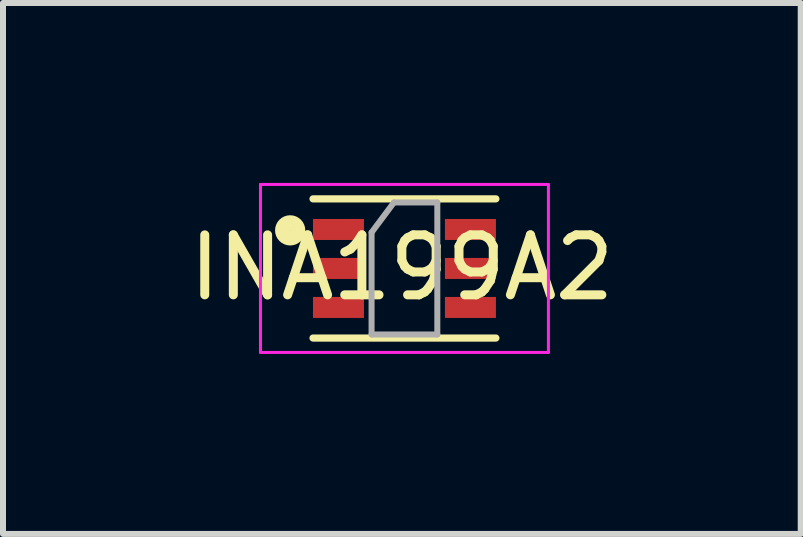
<source format=kicad_pcb>
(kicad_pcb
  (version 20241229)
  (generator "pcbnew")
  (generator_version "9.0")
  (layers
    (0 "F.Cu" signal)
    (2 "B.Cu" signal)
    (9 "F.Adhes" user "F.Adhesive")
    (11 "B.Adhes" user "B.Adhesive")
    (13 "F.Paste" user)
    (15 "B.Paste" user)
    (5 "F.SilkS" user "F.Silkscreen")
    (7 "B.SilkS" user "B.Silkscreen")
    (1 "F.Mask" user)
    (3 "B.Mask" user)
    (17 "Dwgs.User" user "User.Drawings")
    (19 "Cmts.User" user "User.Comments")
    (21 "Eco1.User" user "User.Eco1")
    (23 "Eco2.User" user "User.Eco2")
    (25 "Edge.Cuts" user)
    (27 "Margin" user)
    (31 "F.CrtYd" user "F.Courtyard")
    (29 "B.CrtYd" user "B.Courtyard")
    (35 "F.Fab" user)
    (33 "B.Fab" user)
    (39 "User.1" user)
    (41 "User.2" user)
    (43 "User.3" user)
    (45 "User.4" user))
  (footprint "INA199A2"
    (layer "F.Cu")
    (at 3.692 1.425)
    (property "Reference" "INA199A2" (at -0.043 -0.015 0) (layer "F.SilkS") (effects (font (size 1 1) (thickness 0.15))))
    (attr smd)
    (fp_line (start -1.524 1.16) (end 1.524 1.16) (stroke (width 0.12) (type solid)) (layer "F.SilkS"))
    (fp_line (start 1.524 -1.16) (end -1.524 -1.16) (stroke (width 0.12) (type solid)) (layer "F.SilkS"))
    (fp_circle (center -1.905 -0.635) (end -1.778 -0.635) (stroke (width 0.25) (type solid)) (fill no) (layer "F.SilkS"))
    (fp_line (start -2.4 -1.4) (end -2.4 1.4) (stroke (width 0.05) (type solid)) (layer "F.CrtYd"))
    (fp_line (start -2.4 -1.4) (end 2.4 -1.4) (stroke (width 0.05) (type solid)) (layer "F.CrtYd"))
    (fp_line (start -2.4 1.4) (end 2.4 1.4) (stroke (width 0.05) (type solid)) (layer "F.CrtYd"))
    (fp_line (start 2.4 1.4) (end 2.4 -1.4) (stroke (width 0.05) (type solid)) (layer "F.CrtYd"))
    (fp_line (start -0.548 -0.6) (end -0.548 1.1) (stroke (width 0.1) (type solid)) (layer "F.Fab"))
    (fp_line (start -0.175 -1.1) (end -0.548 -0.6) (stroke (width 0.1) (type solid)) (layer "F.Fab"))
    (fp_line (start 0.548 -1.1) (end -0.175 -1.1) (stroke (width 0.1) (type solid)) (layer "F.Fab"))
    (fp_line (start 0.548 -1.1) (end 0.548 1.1) (stroke (width 0.1) (type solid)) (layer "F.Fab"))
    (fp_line (start 0.548 1.1) (end -0.548 1.1) (stroke (width 0.1) (type solid)) (layer "F.Fab"))
    (pad "1" smd rect (at -1.1 -0.65) (size 0.85 0.35) (layers "F.Cu" "F.Mask" "F.Paste"))
    (pad "2" smd rect (at -1.1 0) (size 0.85 0.35) (layers "F.Cu" "F.Mask" "F.Paste"))
    (pad "3" smd rect (at -1.1 0.65) (size 0.85 0.35) (layers "F.Cu" "F.Mask" "F.Paste"))
    (pad "4" smd rect (at 1.1 0.65) (size 0.85 0.35) (layers "F.Cu" "F.Mask" "F.Paste"))
    (pad "5" smd rect (at 1.1 0) (size 0.85 0.35) (layers "F.Cu" "F.Mask" "F.Paste"))
    (pad "6" smd rect (at 1.1 -0.65) (size 0.85 0.35) (layers "F.Cu" "F.Mask" "F.Paste")))
  (gr_rect
    (start -3 -3)
    (end 10.298 5.85)
    (stroke (width 0.1) (type default))
    (fill no)
    (layer "Edge.Cuts")))
</source>
